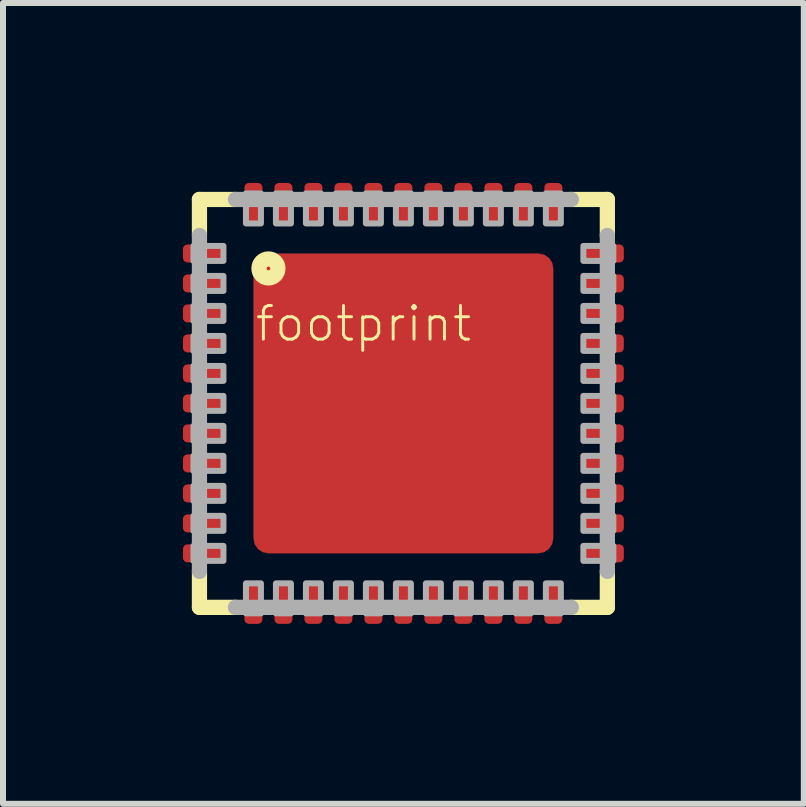
<source format=kicad_pcb>
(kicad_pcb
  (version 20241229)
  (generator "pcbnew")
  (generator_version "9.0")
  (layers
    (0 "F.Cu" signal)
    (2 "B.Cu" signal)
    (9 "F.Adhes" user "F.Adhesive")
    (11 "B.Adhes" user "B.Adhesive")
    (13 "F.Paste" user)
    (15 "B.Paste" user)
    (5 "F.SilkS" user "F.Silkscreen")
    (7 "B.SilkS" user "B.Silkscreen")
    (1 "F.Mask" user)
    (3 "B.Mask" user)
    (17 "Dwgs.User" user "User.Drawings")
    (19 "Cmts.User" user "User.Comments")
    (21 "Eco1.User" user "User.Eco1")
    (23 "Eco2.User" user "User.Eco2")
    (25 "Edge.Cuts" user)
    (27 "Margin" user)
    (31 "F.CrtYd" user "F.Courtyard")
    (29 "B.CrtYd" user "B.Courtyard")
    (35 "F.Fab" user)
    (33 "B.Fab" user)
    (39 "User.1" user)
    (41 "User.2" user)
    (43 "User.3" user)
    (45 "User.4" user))
  (footprint "footprint"
    (layer "F.Cu")
    (at 3.675 3.675)
    (property "Reference" "footprint" (at -2.5 -1 0) (layer "F.SilkS") (effects (font (size 0.561 0.561) (thickness 0.049)) (justify left bottom)))
    (fp_line (start -3.4 -3.4) (end -2.8 -3.4) (stroke (width 0.254) (type solid)) (layer "F.SilkS"))
    (fp_line (start -3.4 -2.8) (end -3.4 -3.4) (stroke (width 0.254) (type solid)) (layer "F.SilkS"))
    (fp_line (start -3.4 3.4) (end -3.4 2.8) (stroke (width 0.254) (type solid)) (layer "F.SilkS"))
    (fp_line (start -2.8 3.4) (end -3.4 3.4) (stroke (width 0.254) (type solid)) (layer "F.SilkS"))
    (fp_line (start 2.8 -3.4) (end 3.4 -3.4) (stroke (width 0.254) (type solid)) (layer "F.SilkS"))
    (fp_line (start 3.4 -3.4) (end 3.4 -2.8) (stroke (width 0.254) (type solid)) (layer "F.SilkS"))
    (fp_line (start 3.4 2.8) (end 3.4 3.4) (stroke (width 0.254) (type solid)) (layer "F.SilkS"))
    (fp_line (start 3.4 3.4) (end 2.8 3.4) (stroke (width 0.254) (type solid)) (layer "F.SilkS"))
    (fp_circle (center -2.25 -2.25) (end -2.092 -2.25) (stroke (width 0.254) (type solid)) (fill no) (layer "F.SilkS"))
    (fp_line (start -3.4 2.8) (end -3.4 -2.8) (stroke (width 0.254) (type solid)) (layer "F.Fab"))
    (fp_line (start -2.8 -3.4) (end 2.8 -3.4) (stroke (width 0.254) (type solid)) (layer "F.Fab"))
    (fp_line (start 2.8 3.4) (end -2.8 3.4) (stroke (width 0.254) (type solid)) (layer "F.Fab"))
    (fp_line (start 3.4 -2.8) (end 3.4 2.8) (stroke (width 0.254) (type solid)) (layer "F.Fab"))
    (fp_poly (pts (xy -3.5 -2.375) (xy -3 -2.375) (xy -3 -2.625) (xy -3.5 -2.625)) (stroke (width 0.1) (type solid)) (fill no) (layer "F.Fab"))
    (fp_poly (pts (xy -3.5 -1.875) (xy -3 -1.875) (xy -3 -2.125) (xy -3.5 -2.125)) (stroke (width 0.1) (type solid)) (fill no) (layer "F.Fab"))
    (fp_poly (pts (xy -3.5 -1.375) (xy -3 -1.375) (xy -3 -1.625) (xy -3.5 -1.625)) (stroke (width 0.1) (type solid)) (fill no) (layer "F.Fab"))
    (fp_poly (pts (xy -3.5 -0.875) (xy -3 -0.875) (xy -3 -1.125) (xy -3.5 -1.125)) (stroke (width 0.1) (type solid)) (fill no) (layer "F.Fab"))
    (fp_poly (pts (xy -3.5 -0.375) (xy -3 -0.375) (xy -3 -0.625) (xy -3.5 -0.625)) (stroke (width 0.1) (type solid)) (fill no) (layer "F.Fab"))
    (fp_poly (pts (xy -3.5 0.125) (xy -3 0.125) (xy -3 -0.125) (xy -3.5 -0.125)) (stroke (width 0.1) (type solid)) (fill no) (layer "F.Fab"))
    (fp_poly (pts (xy -3.5 0.625) (xy -3 0.625) (xy -3 0.375) (xy -3.5 0.375)) (stroke (width 0.1) (type solid)) (fill no) (layer "F.Fab"))
    (fp_poly (pts (xy -3.5 1.125) (xy -3 1.125) (xy -3 0.875) (xy -3.5 0.875)) (stroke (width 0.1) (type solid)) (fill no) (layer "F.Fab"))
    (fp_poly (pts (xy -3.5 1.625) (xy -3 1.625) (xy -3 1.375) (xy -3.5 1.375)) (stroke (width 0.1) (type solid)) (fill no) (layer "F.Fab"))
    (fp_poly (pts (xy -3.5 2.125) (xy -3 2.125) (xy -3 1.875) (xy -3.5 1.875)) (stroke (width 0.1) (type solid)) (fill no) (layer "F.Fab"))
    (fp_poly (pts (xy -3.5 2.625) (xy -3 2.625) (xy -3 2.375) (xy -3.5 2.375)) (stroke (width 0.1) (type solid)) (fill no) (layer "F.Fab"))
    (fp_poly (pts (xy -2.625 -3) (xy -2.375 -3) (xy -2.375 -3.5) (xy -2.625 -3.5)) (stroke (width 0.1) (type solid)) (fill no) (layer "F.Fab"))
    (fp_poly (pts (xy -2.625 3.5) (xy -2.375 3.5) (xy -2.375 3) (xy -2.625 3)) (stroke (width 0.1) (type solid)) (fill no) (layer "F.Fab"))
    (fp_poly (pts (xy -2.125 -3) (xy -1.875 -3) (xy -1.875 -3.5) (xy -2.125 -3.5)) (stroke (width 0.1) (type solid)) (fill no) (layer "F.Fab"))
    (fp_poly (pts (xy -2.125 3.5) (xy -1.875 3.5) (xy -1.875 3) (xy -2.125 3)) (stroke (width 0.1) (type solid)) (fill no) (layer "F.Fab"))
    (fp_poly (pts (xy -1.625 -3) (xy -1.375 -3) (xy -1.375 -3.5) (xy -1.625 -3.5)) (stroke (width 0.1) (type solid)) (fill no) (layer "F.Fab"))
    (fp_poly (pts (xy -1.625 3.5) (xy -1.375 3.5) (xy -1.375 3) (xy -1.625 3)) (stroke (width 0.1) (type solid)) (fill no) (layer "F.Fab"))
    (fp_poly (pts (xy -1.125 -3) (xy -0.875 -3) (xy -0.875 -3.5) (xy -1.125 -3.5)) (stroke (width 0.1) (type solid)) (fill no) (layer "F.Fab"))
    (fp_poly (pts (xy -1.125 3.5) (xy -0.875 3.5) (xy -0.875 3) (xy -1.125 3)) (stroke (width 0.1) (type solid)) (fill no) (layer "F.Fab"))
    (fp_poly (pts (xy -0.625 -3) (xy -0.375 -3) (xy -0.375 -3.5) (xy -0.625 -3.5)) (stroke (width 0.1) (type solid)) (fill no) (layer "F.Fab"))
    (fp_poly (pts (xy -0.625 3.5) (xy -0.375 3.5) (xy -0.375 3) (xy -0.625 3)) (stroke (width 0.1) (type solid)) (fill no) (layer "F.Fab"))
    (fp_poly (pts (xy -0.125 -3) (xy 0.125 -3) (xy 0.125 -3.5) (xy -0.125 -3.5)) (stroke (width 0.1) (type solid)) (fill no) (layer "F.Fab"))
    (fp_poly (pts (xy -0.125 3.5) (xy 0.125 3.5) (xy 0.125 3) (xy -0.125 3)) (stroke (width 0.1) (type solid)) (fill no) (layer "F.Fab"))
    (fp_poly (pts (xy 0.375 -3) (xy 0.625 -3) (xy 0.625 -3.5) (xy 0.375 -3.5)) (stroke (width 0.1) (type solid)) (fill no) (layer "F.Fab"))
    (fp_poly (pts (xy 0.375 3.5) (xy 0.625 3.5) (xy 0.625 3) (xy 0.375 3)) (stroke (width 0.1) (type solid)) (fill no) (layer "F.Fab"))
    (fp_poly (pts (xy 0.875 -3) (xy 1.125 -3) (xy 1.125 -3.5) (xy 0.875 -3.5)) (stroke (width 0.1) (type solid)) (fill no) (layer "F.Fab"))
    (fp_poly (pts (xy 0.875 3.5) (xy 1.125 3.5) (xy 1.125 3) (xy 0.875 3)) (stroke (width 0.1) (type solid)) (fill no) (layer "F.Fab"))
    (fp_poly (pts (xy 1.375 -3) (xy 1.625 -3) (xy 1.625 -3.5) (xy 1.375 -3.5)) (stroke (width 0.1) (type solid)) (fill no) (layer "F.Fab"))
    (fp_poly (pts (xy 1.375 3.5) (xy 1.625 3.5) (xy 1.625 3) (xy 1.375 3)) (stroke (width 0.1) (type solid)) (fill no) (layer "F.Fab"))
    (fp_poly (pts (xy 1.875 -3) (xy 2.125 -3) (xy 2.125 -3.5) (xy 1.875 -3.5)) (stroke (width 0.1) (type solid)) (fill no) (layer "F.Fab"))
    (fp_poly (pts (xy 1.875 3.5) (xy 2.125 3.5) (xy 2.125 3) (xy 1.875 3)) (stroke (width 0.1) (type solid)) (fill no) (layer "F.Fab"))
    (fp_poly (pts (xy 2.375 -3) (xy 2.625 -3) (xy 2.625 -3.5) (xy 2.375 -3.5)) (stroke (width 0.1) (type solid)) (fill no) (layer "F.Fab"))
    (fp_poly (pts (xy 2.375 3.5) (xy 2.625 3.5) (xy 2.625 3) (xy 2.375 3)) (stroke (width 0.1) (type solid)) (fill no) (layer "F.Fab"))
    (fp_poly (pts (xy 3 -2.375) (xy 3.5 -2.375) (xy 3.5 -2.625) (xy 3 -2.625)) (stroke (width 0.1) (type solid)) (fill no) (layer "F.Fab"))
    (fp_poly (pts (xy 3 -1.875) (xy 3.5 -1.875) (xy 3.5 -2.125) (xy 3 -2.125)) (stroke (width 0.1) (type solid)) (fill no) (layer "F.Fab"))
    (fp_poly (pts (xy 3 -1.375) (xy 3.5 -1.375) (xy 3.5 -1.625) (xy 3 -1.625)) (stroke (width 0.1) (type solid)) (fill no) (layer "F.Fab"))
    (fp_poly (pts (xy 3 -0.875) (xy 3.5 -0.875) (xy 3.5 -1.125) (xy 3 -1.125)) (stroke (width 0.1) (type solid)) (fill no) (layer "F.Fab"))
    (fp_poly (pts (xy 3 -0.375) (xy 3.5 -0.375) (xy 3.5 -0.625) (xy 3 -0.625)) (stroke (width 0.1) (type solid)) (fill no) (layer "F.Fab"))
    (fp_poly (pts (xy 3 0.125) (xy 3.5 0.125) (xy 3.5 -0.125) (xy 3 -0.125)) (stroke (width 0.1) (type solid)) (fill no) (layer "F.Fab"))
    (fp_poly (pts (xy 3 0.625) (xy 3.5 0.625) (xy 3.5 0.375) (xy 3 0.375)) (stroke (width 0.1) (type solid)) (fill no) (layer "F.Fab"))
    (fp_poly (pts (xy 3 1.125) (xy 3.5 1.125) (xy 3.5 0.875) (xy 3 0.875)) (stroke (width 0.1) (type solid)) (fill no) (layer "F.Fab"))
    (fp_poly (pts (xy 3 1.625) (xy 3.5 1.625) (xy 3.5 1.375) (xy 3 1.375)) (stroke (width 0.1) (type solid)) (fill no) (layer "F.Fab"))
    (fp_poly (pts (xy 3 2.125) (xy 3.5 2.125) (xy 3.5 1.875) (xy 3 1.875)) (stroke (width 0.1) (type solid)) (fill no) (layer "F.Fab"))
    (fp_poly (pts (xy 3 2.625) (xy 3.5 2.625) (xy 3.5 2.375) (xy 3 2.375)) (stroke (width 0.1) (type solid)) (fill no) (layer "F.Fab"))
    (pad "1" smd roundrect (at -3.325 -2.5) (size 0.7 0.3) (layers "F.Cu" "F.Mask" "F.Paste") (roundrect_rratio 0.25))
    (pad "2" smd roundrect (at -3.325 -2) (size 0.7 0.3) (layers "F.Cu" "F.Mask" "F.Paste") (roundrect_rratio 0.25))
    (pad "3" smd roundrect (at -3.325 -1.5) (size 0.7 0.3) (layers "F.Cu" "F.Mask" "F.Paste") (roundrect_rratio 0.25))
    (pad "4" smd roundrect (at -3.325 -1) (size 0.7 0.3) (layers "F.Cu" "F.Mask" "F.Paste") (roundrect_rratio 0.25))
    (pad "5" smd roundrect (at -3.325 -0.5) (size 0.7 0.3) (layers "F.Cu" "F.Mask" "F.Paste") (roundrect_rratio 0.25))
    (pad "6" smd roundrect (at -3.325 0) (size 0.7 0.3) (layers "F.Cu" "F.Mask" "F.Paste") (roundrect_rratio 0.25))
    (pad "7" smd roundrect (at -3.325 0.5) (size 0.7 0.3) (layers "F.Cu" "F.Mask" "F.Paste") (roundrect_rratio 0.25))
    (pad "8" smd roundrect (at -3.325 1) (size 0.7 0.3) (layers "F.Cu" "F.Mask" "F.Paste") (roundrect_rratio 0.25))
    (pad "9" smd roundrect (at -3.325 1.5) (size 0.7 0.3) (layers "F.Cu" "F.Mask" "F.Paste") (roundrect_rratio 0.25))
    (pad "10" smd roundrect (at -3.325 2) (size 0.7 0.3) (layers "F.Cu" "F.Mask" "F.Paste") (roundrect_rratio 0.25))
    (pad "11" smd roundrect (at -3.325 2.5) (size 0.7 0.3) (layers "F.Cu" "F.Mask" "F.Paste") (roundrect_rratio 0.25))
    (pad "12" smd roundrect (at -2.5 3.325) (size 0.3 0.7) (layers "F.Cu" "F.Mask" "F.Paste") (roundrect_rratio 0.25))
    (pad "13" smd roundrect (at -2 3.325) (size 0.3 0.7) (layers "F.Cu" "F.Mask" "F.Paste") (roundrect_rratio 0.25))
    (pad "14" smd roundrect (at -1.5 3.325) (size 0.3 0.7) (layers "F.Cu" "F.Mask" "F.Paste") (roundrect_rratio 0.25))
    (pad "15" smd roundrect (at -1 3.325) (size 0.3 0.7) (layers "F.Cu" "F.Mask" "F.Paste") (roundrect_rratio 0.25))
    (pad "16" smd roundrect (at -0.5 3.325) (size 0.3 0.7) (layers "F.Cu" "F.Mask" "F.Paste") (roundrect_rratio 0.25))
    (pad "17" smd roundrect (at 0 3.325) (size 0.3 0.7) (layers "F.Cu" "F.Mask" "F.Paste") (roundrect_rratio 0.25))
    (pad "18" smd roundrect (at 0.5 3.325) (size 0.3 0.7) (layers "F.Cu" "F.Mask" "F.Paste") (roundrect_rratio 0.25))
    (pad "19" smd roundrect (at 1 3.325) (size 0.3 0.7) (layers "F.Cu" "F.Mask" "F.Paste") (roundrect_rratio 0.25))
    (pad "20" smd roundrect (at 1.5 3.325) (size 0.3 0.7) (layers "F.Cu" "F.Mask" "F.Paste") (roundrect_rratio 0.25))
    (pad "21" smd roundrect (at 2 3.325) (size 0.3 0.7) (layers "F.Cu" "F.Mask" "F.Paste") (roundrect_rratio 0.25))
    (pad "22" smd roundrect (at 2.5 3.325) (size 0.3 0.7) (layers "F.Cu" "F.Mask" "F.Paste") (roundrect_rratio 0.25))
    (pad "23" smd roundrect (at 3.325 2.5) (size 0.7 0.3) (layers "F.Cu" "F.Mask" "F.Paste") (roundrect_rratio 0.25))
    (pad "24" smd roundrect (at 3.325 2) (size 0.7 0.3) (layers "F.Cu" "F.Mask" "F.Paste") (roundrect_rratio 0.25))
    (pad "25" smd roundrect (at 3.325 1.5) (size 0.7 0.3) (layers "F.Cu" "F.Mask" "F.Paste") (roundrect_rratio 0.25))
    (pad "26" smd roundrect (at 3.325 1) (size 0.7 0.3) (layers "F.Cu" "F.Mask" "F.Paste") (roundrect_rratio 0.25))
    (pad "27" smd roundrect (at 3.325 0.5) (size 0.7 0.3) (layers "F.Cu" "F.Mask" "F.Paste") (roundrect_rratio 0.25))
    (pad "28" smd roundrect (at 3.325 0) (size 0.7 0.3) (layers "F.Cu" "F.Mask" "F.Paste") (roundrect_rratio 0.25))
    (pad "29" smd roundrect (at 3.325 -0.5) (size 0.7 0.3) (layers "F.Cu" "F.Mask" "F.Paste") (roundrect_rratio 0.25))
    (pad "30" smd roundrect (at 3.325 -1) (size 0.7 0.3) (layers "F.Cu" "F.Mask" "F.Paste") (roundrect_rratio 0.25))
    (pad "31" smd roundrect (at 3.325 -1.5) (size 0.7 0.3) (layers "F.Cu" "F.Mask" "F.Paste") (roundrect_rratio 0.25))
    (pad "32" smd roundrect (at 3.325 -2) (size 0.7 0.3) (layers "F.Cu" "F.Mask" "F.Paste") (roundrect_rratio 0.25))
    (pad "33" smd roundrect (at 3.325 -2.5) (size 0.7 0.3) (layers "F.Cu" "F.Mask" "F.Paste") (roundrect_rratio 0.25))
    (pad "34" smd roundrect (at 2.5 -3.325) (size 0.3 0.7) (layers "F.Cu" "F.Mask" "F.Paste") (roundrect_rratio 0.25))
    (pad "35" smd roundrect (at 2 -3.325) (size 0.3 0.7) (layers "F.Cu" "F.Mask" "F.Paste") (roundrect_rratio 0.25))
    (pad "36" smd roundrect (at 1.5 -3.325) (size 0.3 0.7) (layers "F.Cu" "F.Mask" "F.Paste") (roundrect_rratio 0.25))
    (pad "37" smd roundrect (at 1 -3.325) (size 0.3 0.7) (layers "F.Cu" "F.Mask" "F.Paste") (roundrect_rratio 0.25))
    (pad "38" smd roundrect (at 0.5 -3.325) (size 0.3 0.7) (layers "F.Cu" "F.Mask" "F.Paste") (roundrect_rratio 0.25))
    (pad "39" smd roundrect (at 0 -3.325) (size 0.3 0.7) (layers "F.Cu" "F.Mask" "F.Paste") (roundrect_rratio 0.25))
    (pad "40" smd roundrect (at -0.5 -3.325) (size 0.3 0.7) (layers "F.Cu" "F.Mask" "F.Paste") (roundrect_rratio 0.25))
    (pad "41" smd roundrect (at -1 -3.325) (size 0.3 0.7) (layers "F.Cu" "F.Mask" "F.Paste") (roundrect_rratio 0.25))
    (pad "42" smd roundrect (at -1.5 -3.325) (size 0.3 0.7) (layers "F.Cu" "F.Mask" "F.Paste") (roundrect_rratio 0.25))
    (pad "43" smd roundrect (at -2 -3.325) (size 0.3 0.7) (layers "F.Cu" "F.Mask" "F.Paste") (roundrect_rratio 0.25))
    (pad "44" smd roundrect (at -2.5 -3.325) (size 0.3 0.7) (layers "F.Cu" "F.Mask" "F.Paste") (roundrect_rratio 0.25))
    (pad "TH" smd roundrect (at 0 0) (size 5 5) (layers "F.Cu" "F.Mask" "F.Paste") (roundrect_rratio 0.05)))
  (gr_rect
    (start -3 -3)
    (end 10.35 10.35)
    (stroke (width 0.1) (type default))
    (fill no)
    (layer "Edge.Cuts")))
</source>
